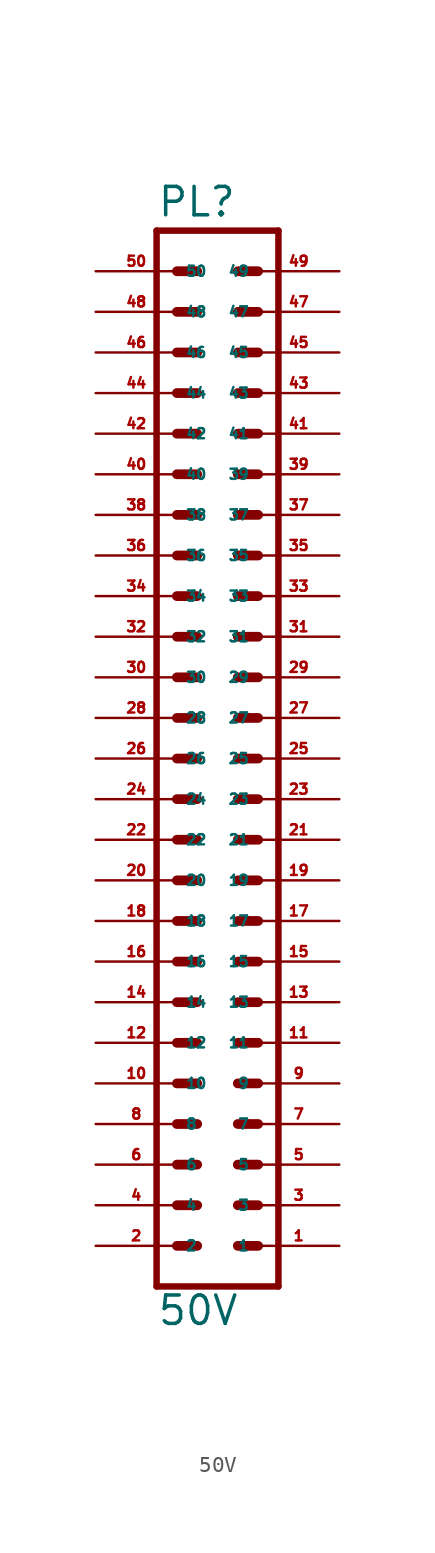
<source format=kicad_sym>
(kicad_symbol_lib
  (version 20220914)
  (generator Eagle2Kicad)
  (symbol "50V"
    (property "Reference" "PL"
      (at -3.81 31.242 0)
      (effects (font (size 1.778 1.778) (thickness 0.22)) (justify left bottom)))
    (property "Value" "50V"
      (at -3.81 -38.1 0)
      (effects (font (size 1.778 1.778) (thickness 0.22)) (justify left bottom)))
    (polyline
      (pts (xy 3.81 -35.56) (xy -3.81 -35.56))
      (stroke (width 0.406) (type default))
      (fill (type none)))
    (polyline
      (pts (xy 1.27 -22.86) (xy 2.54 -22.86))
      (stroke (width 0.61) (type default))
      (fill (type none)))
    (polyline
      (pts (xy 1.27 -25.4) (xy 2.54 -25.4))
      (stroke (width 0.61) (type default))
      (fill (type none)))
    (polyline
      (pts (xy 1.27 -27.94) (xy 2.54 -27.94))
      (stroke (width 0.61) (type default))
      (fill (type none)))
    (polyline
      (pts (xy 1.27 -30.48) (xy 2.54 -30.48))
      (stroke (width 0.61) (type default))
      (fill (type none)))
    (polyline
      (pts (xy 1.27 -33.02) (xy 2.54 -33.02))
      (stroke (width 0.61) (type default))
      (fill (type none)))
    (polyline
      (pts (xy -2.54 -22.86) (xy -1.27 -22.86))
      (stroke (width 0.61) (type default))
      (fill (type none)))
    (polyline
      (pts (xy -2.54 -25.4) (xy -1.27 -25.4))
      (stroke (width 0.61) (type default))
      (fill (type none)))
    (polyline
      (pts (xy -2.54 -27.94) (xy -1.27 -27.94))
      (stroke (width 0.61) (type default))
      (fill (type none)))
    (polyline
      (pts (xy -2.54 -30.48) (xy -1.27 -30.48))
      (stroke (width 0.61) (type default))
      (fill (type none)))
    (polyline
      (pts (xy -2.54 -33.02) (xy -1.27 -33.02))
      (stroke (width 0.61) (type default))
      (fill (type none)))
    (polyline
      (pts (xy 1.27 -10.16) (xy 2.54 -10.16))
      (stroke (width 0.61) (type default))
      (fill (type none)))
    (polyline
      (pts (xy 1.27 -12.7) (xy 2.54 -12.7))
      (stroke (width 0.61) (type default))
      (fill (type none)))
    (polyline
      (pts (xy 1.27 -15.24) (xy 2.54 -15.24))
      (stroke (width 0.61) (type default))
      (fill (type none)))
    (polyline
      (pts (xy 1.27 -17.78) (xy 2.54 -17.78))
      (stroke (width 0.61) (type default))
      (fill (type none)))
    (polyline
      (pts (xy 1.27 -20.32) (xy 2.54 -20.32))
      (stroke (width 0.61) (type default))
      (fill (type none)))
    (polyline
      (pts (xy -2.54 -10.16) (xy -1.27 -10.16))
      (stroke (width 0.61) (type default))
      (fill (type none)))
    (polyline
      (pts (xy -2.54 -12.7) (xy -1.27 -12.7))
      (stroke (width 0.61) (type default))
      (fill (type none)))
    (polyline
      (pts (xy -2.54 -15.24) (xy -1.27 -15.24))
      (stroke (width 0.61) (type default))
      (fill (type none)))
    (polyline
      (pts (xy -2.54 -17.78) (xy -1.27 -17.78))
      (stroke (width 0.61) (type default))
      (fill (type none)))
    (polyline
      (pts (xy -2.54 -20.32) (xy -1.27 -20.32))
      (stroke (width 0.61) (type default))
      (fill (type none)))
    (polyline
      (pts (xy 1.27 2.54) (xy 2.54 2.54))
      (stroke (width 0.61) (type default))
      (fill (type none)))
    (polyline
      (pts (xy 1.27 0) (xy 2.54 0))
      (stroke (width 0.61) (type default))
      (fill (type none)))
    (polyline
      (pts (xy 1.27 -2.54) (xy 2.54 -2.54))
      (stroke (width 0.61) (type default))
      (fill (type none)))
    (polyline
      (pts (xy 1.27 -5.08) (xy 2.54 -5.08))
      (stroke (width 0.61) (type default))
      (fill (type none)))
    (polyline
      (pts (xy 1.27 -7.62) (xy 2.54 -7.62))
      (stroke (width 0.61) (type default))
      (fill (type none)))
    (polyline
      (pts (xy -2.54 2.54) (xy -1.27 2.54))
      (stroke (width 0.61) (type default))
      (fill (type none)))
    (polyline
      (pts (xy -2.54 0) (xy -1.27 0))
      (stroke (width 0.61) (type default))
      (fill (type none)))
    (polyline
      (pts (xy -2.54 -2.54) (xy -1.27 -2.54))
      (stroke (width 0.61) (type default))
      (fill (type none)))
    (polyline
      (pts (xy -2.54 -5.08) (xy -1.27 -5.08))
      (stroke (width 0.61) (type default))
      (fill (type none)))
    (polyline
      (pts (xy -2.54 -7.62) (xy -1.27 -7.62))
      (stroke (width 0.61) (type default))
      (fill (type none)))
    (polyline
      (pts (xy -3.81 30.48) (xy -3.81 -35.56))
      (stroke (width 0.406) (type default))
      (fill (type none)))
    (polyline
      (pts (xy 3.81 -35.56) (xy 3.81 30.48))
      (stroke (width 0.406) (type default))
      (fill (type none)))
    (polyline
      (pts (xy -3.81 30.48) (xy 3.81 30.48))
      (stroke (width 0.406) (type default))
      (fill (type none)))
    (polyline
      (pts (xy 1.27 15.24) (xy 2.54 15.24))
      (stroke (width 0.61) (type default))
      (fill (type none)))
    (polyline
      (pts (xy 1.27 12.7) (xy 2.54 12.7))
      (stroke (width 0.61) (type default))
      (fill (type none)))
    (polyline
      (pts (xy 1.27 10.16) (xy 2.54 10.16))
      (stroke (width 0.61) (type default))
      (fill (type none)))
    (polyline
      (pts (xy 1.27 7.62) (xy 2.54 7.62))
      (stroke (width 0.61) (type default))
      (fill (type none)))
    (polyline
      (pts (xy 1.27 5.08) (xy 2.54 5.08))
      (stroke (width 0.61) (type default))
      (fill (type none)))
    (polyline
      (pts (xy -2.54 15.24) (xy -1.27 15.24))
      (stroke (width 0.61) (type default))
      (fill (type none)))
    (polyline
      (pts (xy -2.54 12.7) (xy -1.27 12.7))
      (stroke (width 0.61) (type default))
      (fill (type none)))
    (polyline
      (pts (xy -2.54 10.16) (xy -1.27 10.16))
      (stroke (width 0.61) (type default))
      (fill (type none)))
    (polyline
      (pts (xy -2.54 7.62) (xy -1.27 7.62))
      (stroke (width 0.61) (type default))
      (fill (type none)))
    (polyline
      (pts (xy -2.54 5.08) (xy -1.27 5.08))
      (stroke (width 0.61) (type default))
      (fill (type none)))
    (polyline
      (pts (xy 1.27 27.94) (xy 2.54 27.94))
      (stroke (width 0.61) (type default))
      (fill (type none)))
    (polyline
      (pts (xy 1.27 25.4) (xy 2.54 25.4))
      (stroke (width 0.61) (type default))
      (fill (type none)))
    (polyline
      (pts (xy 1.27 22.86) (xy 2.54 22.86))
      (stroke (width 0.61) (type default))
      (fill (type none)))
    (polyline
      (pts (xy 1.27 20.32) (xy 2.54 20.32))
      (stroke (width 0.61) (type default))
      (fill (type none)))
    (polyline
      (pts (xy 1.27 17.78) (xy 2.54 17.78))
      (stroke (width 0.61) (type default))
      (fill (type none)))
    (polyline
      (pts (xy -2.54 27.94) (xy -1.27 27.94))
      (stroke (width 0.61) (type default))
      (fill (type none)))
    (polyline
      (pts (xy -2.54 25.4) (xy -1.27 25.4))
      (stroke (width 0.61) (type default))
      (fill (type none)))
    (polyline
      (pts (xy -2.54 22.86) (xy -1.27 22.86))
      (stroke (width 0.61) (type default))
      (fill (type none)))
    (polyline
      (pts (xy -2.54 20.32) (xy -1.27 20.32))
      (stroke (width 0.61) (type default))
      (fill (type none)))
    (polyline
      (pts (xy -2.54 17.78) (xy -1.27 17.78))
      (stroke (width 0.61) (type default))
      (fill (type none)))
    (pin passive line
      (at 7.62 -33.02 180)
      (length 5.08)
      (name "1" (effects (font (size 0.635 0.635) (thickness 0.08)) (justify left bottom)))
      (number "1" (effects (font (size 0.635 0.635) (thickness 0.08)) (justify left bottom))))
    (pin passive line
      (at 7.62 -30.48 180)
      (length 5.08)
      (name "3" (effects (font (size 0.635 0.635) (thickness 0.08)) (justify left bottom)))
      (number "3" (effects (font (size 0.635 0.635) (thickness 0.08)) (justify left bottom))))
    (pin passive line
      (at 7.62 -27.94 180)
      (length 5.08)
      (name "5" (effects (font (size 0.635 0.635) (thickness 0.08)) (justify left bottom)))
      (number "5" (effects (font (size 0.635 0.635) (thickness 0.08)) (justify left bottom))))
    (pin passive line
      (at 7.62 -25.4 180)
      (length 5.08)
      (name "7" (effects (font (size 0.635 0.635) (thickness 0.08)) (justify left bottom)))
      (number "7" (effects (font (size 0.635 0.635) (thickness 0.08)) (justify left bottom))))
    (pin passive line
      (at 7.62 -22.86 180)
      (length 5.08)
      (name "9" (effects (font (size 0.635 0.635) (thickness 0.08)) (justify left bottom)))
      (number "9" (effects (font (size 0.635 0.635) (thickness 0.08)) (justify left bottom))))
    (pin passive line
      (at -7.62 -33.02 0)
      (length 5.08)
      (name "2" (effects (font (size 0.635 0.635) (thickness 0.08)) (justify left bottom)))
      (number "2" (effects (font (size 0.635 0.635) (thickness 0.08)) (justify left bottom))))
    (pin passive line
      (at -7.62 -30.48 0)
      (length 5.08)
      (name "4" (effects (font (size 0.635 0.635) (thickness 0.08)) (justify left bottom)))
      (number "4" (effects (font (size 0.635 0.635) (thickness 0.08)) (justify left bottom))))
    (pin passive line
      (at -7.62 -27.94 0)
      (length 5.08)
      (name "6" (effects (font (size 0.635 0.635) (thickness 0.08)) (justify left bottom)))
      (number "6" (effects (font (size 0.635 0.635) (thickness 0.08)) (justify left bottom))))
    (pin passive line
      (at -7.62 -25.4 0)
      (length 5.08)
      (name "8" (effects (font (size 0.635 0.635) (thickness 0.08)) (justify left bottom)))
      (number "8" (effects (font (size 0.635 0.635) (thickness 0.08)) (justify left bottom))))
    (pin passive line
      (at -7.62 -22.86 0)
      (length 5.08)
      (name "10" (effects (font (size 0.635 0.635) (thickness 0.08)) (justify left bottom)))
      (number "10" (effects (font (size 0.635 0.635) (thickness 0.08)) (justify left bottom))))
    (pin passive line
      (at 7.62 -20.32 180)
      (length 5.08)
      (name "11" (effects (font (size 0.635 0.635) (thickness 0.08)) (justify left bottom)))
      (number "11" (effects (font (size 0.635 0.635) (thickness 0.08)) (justify left bottom))))
    (pin passive line
      (at 7.62 -17.78 180)
      (length 5.08)
      (name "13" (effects (font (size 0.635 0.635) (thickness 0.08)) (justify left bottom)))
      (number "13" (effects (font (size 0.635 0.635) (thickness 0.08)) (justify left bottom))))
    (pin passive line
      (at 7.62 -15.24 180)
      (length 5.08)
      (name "15" (effects (font (size 0.635 0.635) (thickness 0.08)) (justify left bottom)))
      (number "15" (effects (font (size 0.635 0.635) (thickness 0.08)) (justify left bottom))))
    (pin passive line
      (at 7.62 -12.7 180)
      (length 5.08)
      (name "17" (effects (font (size 0.635 0.635) (thickness 0.08)) (justify left bottom)))
      (number "17" (effects (font (size 0.635 0.635) (thickness 0.08)) (justify left bottom))))
    (pin passive line
      (at 7.62 -10.16 180)
      (length 5.08)
      (name "19" (effects (font (size 0.635 0.635) (thickness 0.08)) (justify left bottom)))
      (number "19" (effects (font (size 0.635 0.635) (thickness 0.08)) (justify left bottom))))
    (pin passive line
      (at -7.62 -20.32 0)
      (length 5.08)
      (name "12" (effects (font (size 0.635 0.635) (thickness 0.08)) (justify left bottom)))
      (number "12" (effects (font (size 0.635 0.635) (thickness 0.08)) (justify left bottom))))
    (pin passive line
      (at -7.62 -17.78 0)
      (length 5.08)
      (name "14" (effects (font (size 0.635 0.635) (thickness 0.08)) (justify left bottom)))
      (number "14" (effects (font (size 0.635 0.635) (thickness 0.08)) (justify left bottom))))
    (pin passive line
      (at -7.62 -15.24 0)
      (length 5.08)
      (name "16" (effects (font (size 0.635 0.635) (thickness 0.08)) (justify left bottom)))
      (number "16" (effects (font (size 0.635 0.635) (thickness 0.08)) (justify left bottom))))
    (pin passive line
      (at -7.62 -12.7 0)
      (length 5.08)
      (name "18" (effects (font (size 0.635 0.635) (thickness 0.08)) (justify left bottom)))
      (number "18" (effects (font (size 0.635 0.635) (thickness 0.08)) (justify left bottom))))
    (pin passive line
      (at -7.62 -10.16 0)
      (length 5.08)
      (name "20" (effects (font (size 0.635 0.635) (thickness 0.08)) (justify left bottom)))
      (number "20" (effects (font (size 0.635 0.635) (thickness 0.08)) (justify left bottom))))
    (pin passive line
      (at 7.62 -7.62 180)
      (length 5.08)
      (name "21" (effects (font (size 0.635 0.635) (thickness 0.08)) (justify left bottom)))
      (number "21" (effects (font (size 0.635 0.635) (thickness 0.08)) (justify left bottom))))
    (pin passive line
      (at 7.62 -5.08 180)
      (length 5.08)
      (name "23" (effects (font (size 0.635 0.635) (thickness 0.08)) (justify left bottom)))
      (number "23" (effects (font (size 0.635 0.635) (thickness 0.08)) (justify left bottom))))
    (pin passive line
      (at 7.62 -2.54 180)
      (length 5.08)
      (name "25" (effects (font (size 0.635 0.635) (thickness 0.08)) (justify left bottom)))
      (number "25" (effects (font (size 0.635 0.635) (thickness 0.08)) (justify left bottom))))
    (pin passive line
      (at 7.62 0 180)
      (length 5.08)
      (name "27" (effects (font (size 0.635 0.635) (thickness 0.08)) (justify left bottom)))
      (number "27" (effects (font (size 0.635 0.635) (thickness 0.08)) (justify left bottom))))
    (pin passive line
      (at 7.62 2.54 180)
      (length 5.08)
      (name "29" (effects (font (size 0.635 0.635) (thickness 0.08)) (justify left bottom)))
      (number "29" (effects (font (size 0.635 0.635) (thickness 0.08)) (justify left bottom))))
    (pin passive line
      (at -7.62 -7.62 0)
      (length 5.08)
      (name "22" (effects (font (size 0.635 0.635) (thickness 0.08)) (justify left bottom)))
      (number "22" (effects (font (size 0.635 0.635) (thickness 0.08)) (justify left bottom))))
    (pin passive line
      (at -7.62 -5.08 0)
      (length 5.08)
      (name "24" (effects (font (size 0.635 0.635) (thickness 0.08)) (justify left bottom)))
      (number "24" (effects (font (size 0.635 0.635) (thickness 0.08)) (justify left bottom))))
    (pin passive line
      (at -7.62 -2.54 0)
      (length 5.08)
      (name "26" (effects (font (size 0.635 0.635) (thickness 0.08)) (justify left bottom)))
      (number "26" (effects (font (size 0.635 0.635) (thickness 0.08)) (justify left bottom))))
    (pin passive line
      (at -7.62 0 0)
      (length 5.08)
      (name "28" (effects (font (size 0.635 0.635) (thickness 0.08)) (justify left bottom)))
      (number "28" (effects (font (size 0.635 0.635) (thickness 0.08)) (justify left bottom))))
    (pin passive line
      (at -7.62 2.54 0)
      (length 5.08)
      (name "30" (effects (font (size 0.635 0.635) (thickness 0.08)) (justify left bottom)))
      (number "30" (effects (font (size 0.635 0.635) (thickness 0.08)) (justify left bottom))))
    (pin passive line
      (at 7.62 5.08 180)
      (length 5.08)
      (name "31" (effects (font (size 0.635 0.635) (thickness 0.08)) (justify left bottom)))
      (number "31" (effects (font (size 0.635 0.635) (thickness 0.08)) (justify left bottom))))
    (pin passive line
      (at 7.62 7.62 180)
      (length 5.08)
      (name "33" (effects (font (size 0.635 0.635) (thickness 0.08)) (justify left bottom)))
      (number "33" (effects (font (size 0.635 0.635) (thickness 0.08)) (justify left bottom))))
    (pin passive line
      (at 7.62 10.16 180)
      (length 5.08)
      (name "35" (effects (font (size 0.635 0.635) (thickness 0.08)) (justify left bottom)))
      (number "35" (effects (font (size 0.635 0.635) (thickness 0.08)) (justify left bottom))))
    (pin passive line
      (at 7.62 12.7 180)
      (length 5.08)
      (name "37" (effects (font (size 0.635 0.635) (thickness 0.08)) (justify left bottom)))
      (number "37" (effects (font (size 0.635 0.635) (thickness 0.08)) (justify left bottom))))
    (pin passive line
      (at 7.62 15.24 180)
      (length 5.08)
      (name "39" (effects (font (size 0.635 0.635) (thickness 0.08)) (justify left bottom)))
      (number "39" (effects (font (size 0.635 0.635) (thickness 0.08)) (justify left bottom))))
    (pin passive line
      (at -7.62 5.08 0)
      (length 5.08)
      (name "32" (effects (font (size 0.635 0.635) (thickness 0.08)) (justify left bottom)))
      (number "32" (effects (font (size 0.635 0.635) (thickness 0.08)) (justify left bottom))))
    (pin passive line
      (at -7.62 7.62 0)
      (length 5.08)
      (name "34" (effects (font (size 0.635 0.635) (thickness 0.08)) (justify left bottom)))
      (number "34" (effects (font (size 0.635 0.635) (thickness 0.08)) (justify left bottom))))
    (pin passive line
      (at -7.62 10.16 0)
      (length 5.08)
      (name "36" (effects (font (size 0.635 0.635) (thickness 0.08)) (justify left bottom)))
      (number "36" (effects (font (size 0.635 0.635) (thickness 0.08)) (justify left bottom))))
    (pin passive line
      (at -7.62 12.7 0)
      (length 5.08)
      (name "38" (effects (font (size 0.635 0.635) (thickness 0.08)) (justify left bottom)))
      (number "38" (effects (font (size 0.635 0.635) (thickness 0.08)) (justify left bottom))))
    (pin passive line
      (at -7.62 15.24 0)
      (length 5.08)
      (name "40" (effects (font (size 0.635 0.635) (thickness 0.08)) (justify left bottom)))
      (number "40" (effects (font (size 0.635 0.635) (thickness 0.08)) (justify left bottom))))
    (pin passive line
      (at 7.62 17.78 180)
      (length 5.08)
      (name "41" (effects (font (size 0.635 0.635) (thickness 0.08)) (justify left bottom)))
      (number "41" (effects (font (size 0.635 0.635) (thickness 0.08)) (justify left bottom))))
    (pin passive line
      (at 7.62 20.32 180)
      (length 5.08)
      (name "43" (effects (font (size 0.635 0.635) (thickness 0.08)) (justify left bottom)))
      (number "43" (effects (font (size 0.635 0.635) (thickness 0.08)) (justify left bottom))))
    (pin passive line
      (at 7.62 22.86 180)
      (length 5.08)
      (name "45" (effects (font (size 0.635 0.635) (thickness 0.08)) (justify left bottom)))
      (number "45" (effects (font (size 0.635 0.635) (thickness 0.08)) (justify left bottom))))
    (pin passive line
      (at 7.62 25.4 180)
      (length 5.08)
      (name "47" (effects (font (size 0.635 0.635) (thickness 0.08)) (justify left bottom)))
      (number "47" (effects (font (size 0.635 0.635) (thickness 0.08)) (justify left bottom))))
    (pin passive line
      (at 7.62 27.94 180)
      (length 5.08)
      (name "49" (effects (font (size 0.635 0.635) (thickness 0.08)) (justify left bottom)))
      (number "49" (effects (font (size 0.635 0.635) (thickness 0.08)) (justify left bottom))))
    (pin passive line
      (at -7.62 17.78 0)
      (length 5.08)
      (name "42" (effects (font (size 0.635 0.635) (thickness 0.08)) (justify left bottom)))
      (number "42" (effects (font (size 0.635 0.635) (thickness 0.08)) (justify left bottom))))
    (pin passive line
      (at -7.62 20.32 0)
      (length 5.08)
      (name "44" (effects (font (size 0.635 0.635) (thickness 0.08)) (justify left bottom)))
      (number "44" (effects (font (size 0.635 0.635) (thickness 0.08)) (justify left bottom))))
    (pin passive line
      (at -7.62 22.86 0)
      (length 5.08)
      (name "46" (effects (font (size 0.635 0.635) (thickness 0.08)) (justify left bottom)))
      (number "46" (effects (font (size 0.635 0.635) (thickness 0.08)) (justify left bottom))))
    (pin passive line
      (at -7.62 25.4 0)
      (length 5.08)
      (name "48" (effects (font (size 0.635 0.635) (thickness 0.08)) (justify left bottom)))
      (number "48" (effects (font (size 0.635 0.635) (thickness 0.08)) (justify left bottom))))
    (pin passive line
      (at -7.62 27.94 0)
      (length 5.08)
      (name "50" (effects (font (size 0.635 0.635) (thickness 0.08)) (justify left bottom)))
      (number "50" (effects (font (size 0.635 0.635) (thickness 0.08)) (justify left bottom))))))
</source>
